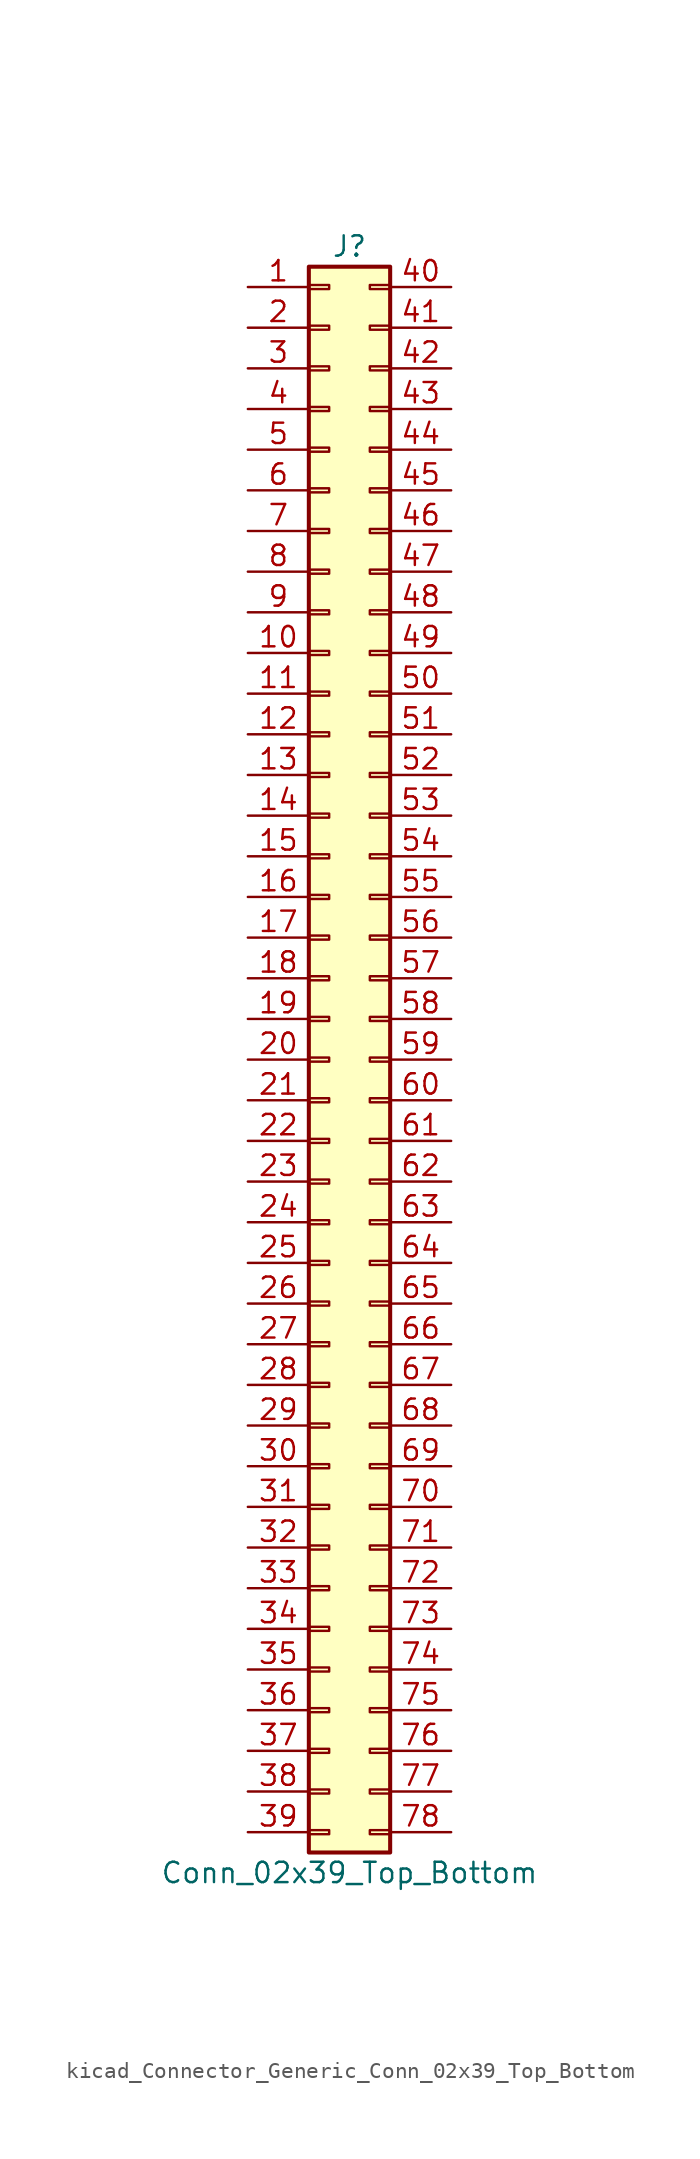
<source format=kicad_sym>
(kicad_symbol_lib
  (version 20220914)
  (generator kicad_symbol_editor)
  (symbol "kicad_Connector_Generic_Conn_02x39_Top_Bottom"
    (pin_names
      (offset 1.016) hide)
    (property "Reference" "J"
      (at 1.27 50.8 0)
      (effects (font (size 1.27 1.27))))
    (property "Value" "Conn_02x39_Top_Bottom"
      (at 1.27 -50.8 0)
      (effects (font (size 1.27 1.27))))
    (symbol "kicad_Connector_Generic_Conn_02x39_Top_Bottom_1_1"
      (rectangle (start -1.27 -48.133) (end 0 -48.387) (stroke (width 0.152) (type default)) (fill (type none)))
      (rectangle (start -1.27 -45.593) (end 0 -45.847) (stroke (width 0.152) (type default)) (fill (type none)))
      (rectangle (start -1.27 -43.053) (end 0 -43.307) (stroke (width 0.152) (type default)) (fill (type none)))
      (rectangle (start -1.27 -40.513) (end 0 -40.767) (stroke (width 0.152) (type default)) (fill (type none)))
      (rectangle (start -1.27 -37.973) (end 0 -38.227) (stroke (width 0.152) (type default)) (fill (type none)))
      (rectangle (start -1.27 -35.433) (end 0 -35.687) (stroke (width 0.152) (type default)) (fill (type none)))
      (rectangle (start -1.27 -32.893) (end 0 -33.147) (stroke (width 0.152) (type default)) (fill (type none)))
      (rectangle (start -1.27 -30.353) (end 0 -30.607) (stroke (width 0.152) (type default)) (fill (type none)))
      (rectangle (start -1.27 -27.813) (end 0 -28.067) (stroke (width 0.152) (type default)) (fill (type none)))
      (rectangle (start -1.27 -25.273) (end 0 -25.527) (stroke (width 0.152) (type default)) (fill (type none)))
      (rectangle (start -1.27 -22.733) (end 0 -22.987) (stroke (width 0.152) (type default)) (fill (type none)))
      (rectangle (start -1.27 -20.193) (end 0 -20.447) (stroke (width 0.152) (type default)) (fill (type none)))
      (rectangle (start -1.27 -17.653) (end 0 -17.907) (stroke (width 0.152) (type default)) (fill (type none)))
      (rectangle (start -1.27 -15.113) (end 0 -15.367) (stroke (width 0.152) (type default)) (fill (type none)))
      (rectangle (start -1.27 -12.573) (end 0 -12.827) (stroke (width 0.152) (type default)) (fill (type none)))
      (rectangle (start -1.27 -10.033) (end 0 -10.287) (stroke (width 0.152) (type default)) (fill (type none)))
      (rectangle (start -1.27 -7.493) (end 0 -7.747) (stroke (width 0.152) (type default)) (fill (type none)))
      (rectangle (start -1.27 -4.953) (end 0 -5.207) (stroke (width 0.152) (type default)) (fill (type none)))
      (rectangle (start -1.27 -2.413) (end 0 -2.667) (stroke (width 0.152) (type default)) (fill (type none)))
      (rectangle (start -1.27 0.127) (end 0 -0.127) (stroke (width 0.152) (type default)) (fill (type none)))
      (rectangle (start -1.27 2.667) (end 0 2.413) (stroke (width 0.152) (type default)) (fill (type none)))
      (rectangle (start -1.27 5.207) (end 0 4.953) (stroke (width 0.152) (type default)) (fill (type none)))
      (rectangle (start -1.27 7.747) (end 0 7.493) (stroke (width 0.152) (type default)) (fill (type none)))
      (rectangle (start -1.27 10.287) (end 0 10.033) (stroke (width 0.152) (type default)) (fill (type none)))
      (rectangle (start -1.27 12.827) (end 0 12.573) (stroke (width 0.152) (type default)) (fill (type none)))
      (rectangle (start -1.27 15.367) (end 0 15.113) (stroke (width 0.152) (type default)) (fill (type none)))
      (rectangle (start -1.27 17.907) (end 0 17.653) (stroke (width 0.152) (type default)) (fill (type none)))
      (rectangle (start -1.27 20.447) (end 0 20.193) (stroke (width 0.152) (type default)) (fill (type none)))
      (rectangle (start -1.27 22.987) (end 0 22.733) (stroke (width 0.152) (type default)) (fill (type none)))
      (rectangle (start -1.27 25.527) (end 0 25.273) (stroke (width 0.152) (type default)) (fill (type none)))
      (rectangle (start -1.27 28.067) (end 0 27.813) (stroke (width 0.152) (type default)) (fill (type none)))
      (rectangle (start -1.27 30.607) (end 0 30.353) (stroke (width 0.152) (type default)) (fill (type none)))
      (rectangle (start -1.27 33.147) (end 0 32.893) (stroke (width 0.152) (type default)) (fill (type none)))
      (rectangle (start -1.27 35.687) (end 0 35.433) (stroke (width 0.152) (type default)) (fill (type none)))
      (rectangle (start -1.27 38.227) (end 0 37.973) (stroke (width 0.152) (type default)) (fill (type none)))
      (rectangle (start -1.27 40.767) (end 0 40.513) (stroke (width 0.152) (type default)) (fill (type none)))
      (rectangle (start -1.27 43.307) (end 0 43.053) (stroke (width 0.152) (type default)) (fill (type none)))
      (rectangle (start -1.27 45.847) (end 0 45.593) (stroke (width 0.152) (type default)) (fill (type none)))
      (rectangle (start -1.27 48.387) (end 0 48.133) (stroke (width 0.152) (type default)) (fill (type none)))
      (rectangle (start -1.27 49.53) (end 3.81 -49.53) (stroke (width 0.254) (type default)) (fill (type background)))
      (rectangle (start 3.81 -48.133) (end 2.54 -48.387) (stroke (width 0.152) (type default)) (fill (type none)))
      (rectangle (start 3.81 -45.593) (end 2.54 -45.847) (stroke (width 0.152) (type default)) (fill (type none)))
      (rectangle (start 3.81 -43.053) (end 2.54 -43.307) (stroke (width 0.152) (type default)) (fill (type none)))
      (rectangle (start 3.81 -40.513) (end 2.54 -40.767) (stroke (width 0.152) (type default)) (fill (type none)))
      (rectangle (start 3.81 -37.973) (end 2.54 -38.227) (stroke (width 0.152) (type default)) (fill (type none)))
      (rectangle (start 3.81 -35.433) (end 2.54 -35.687) (stroke (width 0.152) (type default)) (fill (type none)))
      (rectangle (start 3.81 -32.893) (end 2.54 -33.147) (stroke (width 0.152) (type default)) (fill (type none)))
      (rectangle (start 3.81 -30.353) (end 2.54 -30.607) (stroke (width 0.152) (type default)) (fill (type none)))
      (rectangle (start 3.81 -27.813) (end 2.54 -28.067) (stroke (width 0.152) (type default)) (fill (type none)))
      (rectangle (start 3.81 -25.273) (end 2.54 -25.527) (stroke (width 0.152) (type default)) (fill (type none)))
      (rectangle (start 3.81 -22.733) (end 2.54 -22.987) (stroke (width 0.152) (type default)) (fill (type none)))
      (rectangle (start 3.81 -20.193) (end 2.54 -20.447) (stroke (width 0.152) (type default)) (fill (type none)))
      (rectangle (start 3.81 -17.653) (end 2.54 -17.907) (stroke (width 0.152) (type default)) (fill (type none)))
      (rectangle (start 3.81 -15.113) (end 2.54 -15.367) (stroke (width 0.152) (type default)) (fill (type none)))
      (rectangle (start 3.81 -12.573) (end 2.54 -12.827) (stroke (width 0.152) (type default)) (fill (type none)))
      (rectangle (start 3.81 -10.033) (end 2.54 -10.287) (stroke (width 0.152) (type default)) (fill (type none)))
      (rectangle (start 3.81 -7.493) (end 2.54 -7.747) (stroke (width 0.152) (type default)) (fill (type none)))
      (rectangle (start 3.81 -4.953) (end 2.54 -5.207) (stroke (width 0.152) (type default)) (fill (type none)))
      (rectangle (start 3.81 -2.413) (end 2.54 -2.667) (stroke (width 0.152) (type default)) (fill (type none)))
      (rectangle (start 3.81 0.127) (end 2.54 -0.127) (stroke (width 0.152) (type default)) (fill (type none)))
      (rectangle (start 3.81 2.667) (end 2.54 2.413) (stroke (width 0.152) (type default)) (fill (type none)))
      (rectangle (start 3.81 5.207) (end 2.54 4.953) (stroke (width 0.152) (type default)) (fill (type none)))
      (rectangle (start 3.81 7.747) (end 2.54 7.493) (stroke (width 0.152) (type default)) (fill (type none)))
      (rectangle (start 3.81 10.287) (end 2.54 10.033) (stroke (width 0.152) (type default)) (fill (type none)))
      (rectangle (start 3.81 12.827) (end 2.54 12.573) (stroke (width 0.152) (type default)) (fill (type none)))
      (rectangle (start 3.81 15.367) (end 2.54 15.113) (stroke (width 0.152) (type default)) (fill (type none)))
      (rectangle (start 3.81 17.907) (end 2.54 17.653) (stroke (width 0.152) (type default)) (fill (type none)))
      (rectangle (start 3.81 20.447) (end 2.54 20.193) (stroke (width 0.152) (type default)) (fill (type none)))
      (rectangle (start 3.81 22.987) (end 2.54 22.733) (stroke (width 0.152) (type default)) (fill (type none)))
      (rectangle (start 3.81 25.527) (end 2.54 25.273) (stroke (width 0.152) (type default)) (fill (type none)))
      (rectangle (start 3.81 28.067) (end 2.54 27.813) (stroke (width 0.152) (type default)) (fill (type none)))
      (rectangle (start 3.81 30.607) (end 2.54 30.353) (stroke (width 0.152) (type default)) (fill (type none)))
      (rectangle (start 3.81 33.147) (end 2.54 32.893) (stroke (width 0.152) (type default)) (fill (type none)))
      (rectangle (start 3.81 35.687) (end 2.54 35.433) (stroke (width 0.152) (type default)) (fill (type none)))
      (rectangle (start 3.81 38.227) (end 2.54 37.973) (stroke (width 0.152) (type default)) (fill (type none)))
      (rectangle (start 3.81 40.767) (end 2.54 40.513) (stroke (width 0.152) (type default)) (fill (type none)))
      (rectangle (start 3.81 43.307) (end 2.54 43.053) (stroke (width 0.152) (type default)) (fill (type none)))
      (rectangle (start 3.81 45.847) (end 2.54 45.593) (stroke (width 0.152) (type default)) (fill (type none)))
      (rectangle (start 3.81 48.387) (end 2.54 48.133) (stroke (width 0.152) (type default)) (fill (type none)))
      (pin passive line (at -5.08 48.26 0) (length 3.81) (name "Pin_1" (effects (font (size 1.27 1.27)))) (number "1" (effects (font (size 1.27 1.27)))))
      (pin passive line (at -5.08 25.4 0) (length 3.81) (name "Pin_10" (effects (font (size 1.27 1.27)))) (number "10" (effects (font (size 1.27 1.27)))))
      (pin passive line (at -5.08 22.86 0) (length 3.81) (name "Pin_11" (effects (font (size 1.27 1.27)))) (number "11" (effects (font (size 1.27 1.27)))))
      (pin passive line (at -5.08 20.32 0) (length 3.81) (name "Pin_12" (effects (font (size 1.27 1.27)))) (number "12" (effects (font (size 1.27 1.27)))))
      (pin passive line (at -5.08 17.78 0) (length 3.81) (name "Pin_13" (effects (font (size 1.27 1.27)))) (number "13" (effects (font (size 1.27 1.27)))))
      (pin passive line (at -5.08 15.24 0) (length 3.81) (name "Pin_14" (effects (font (size 1.27 1.27)))) (number "14" (effects (font (size 1.27 1.27)))))
      (pin passive line (at -5.08 12.7 0) (length 3.81) (name "Pin_15" (effects (font (size 1.27 1.27)))) (number "15" (effects (font (size 1.27 1.27)))))
      (pin passive line (at -5.08 10.16 0) (length 3.81) (name "Pin_16" (effects (font (size 1.27 1.27)))) (number "16" (effects (font (size 1.27 1.27)))))
      (pin passive line (at -5.08 7.62 0) (length 3.81) (name "Pin_17" (effects (font (size 1.27 1.27)))) (number "17" (effects (font (size 1.27 1.27)))))
      (pin passive line (at -5.08 5.08 0) (length 3.81) (name "Pin_18" (effects (font (size 1.27 1.27)))) (number "18" (effects (font (size 1.27 1.27)))))
      (pin passive line (at -5.08 2.54 0) (length 3.81) (name "Pin_19" (effects (font (size 1.27 1.27)))) (number "19" (effects (font (size 1.27 1.27)))))
      (pin passive line (at -5.08 45.72 0) (length 3.81) (name "Pin_2" (effects (font (size 1.27 1.27)))) (number "2" (effects (font (size 1.27 1.27)))))
      (pin passive line (at -5.08 0 0) (length 3.81) (name "Pin_20" (effects (font (size 1.27 1.27)))) (number "20" (effects (font (size 1.27 1.27)))))
      (pin passive line (at -5.08 -2.54 0) (length 3.81) (name "Pin_21" (effects (font (size 1.27 1.27)))) (number "21" (effects (font (size 1.27 1.27)))))
      (pin passive line (at -5.08 -5.08 0) (length 3.81) (name "Pin_22" (effects (font (size 1.27 1.27)))) (number "22" (effects (font (size 1.27 1.27)))))
      (pin passive line (at -5.08 -7.62 0) (length 3.81) (name "Pin_23" (effects (font (size 1.27 1.27)))) (number "23" (effects (font (size 1.27 1.27)))))
      (pin passive line (at -5.08 -10.16 0) (length 3.81) (name "Pin_24" (effects (font (size 1.27 1.27)))) (number "24" (effects (font (size 1.27 1.27)))))
      (pin passive line (at -5.08 -12.7 0) (length 3.81) (name "Pin_25" (effects (font (size 1.27 1.27)))) (number "25" (effects (font (size 1.27 1.27)))))
      (pin passive line (at -5.08 -15.24 0) (length 3.81) (name "Pin_26" (effects (font (size 1.27 1.27)))) (number "26" (effects (font (size 1.27 1.27)))))
      (pin passive line (at -5.08 -17.78 0) (length 3.81) (name "Pin_27" (effects (font (size 1.27 1.27)))) (number "27" (effects (font (size 1.27 1.27)))))
      (pin passive line (at -5.08 -20.32 0) (length 3.81) (name "Pin_28" (effects (font (size 1.27 1.27)))) (number "28" (effects (font (size 1.27 1.27)))))
      (pin passive line (at -5.08 -22.86 0) (length 3.81) (name "Pin_29" (effects (font (size 1.27 1.27)))) (number "29" (effects (font (size 1.27 1.27)))))
      (pin passive line (at -5.08 43.18 0) (length 3.81) (name "Pin_3" (effects (font (size 1.27 1.27)))) (number "3" (effects (font (size 1.27 1.27)))))
      (pin passive line (at -5.08 -25.4 0) (length 3.81) (name "Pin_30" (effects (font (size 1.27 1.27)))) (number "30" (effects (font (size 1.27 1.27)))))
      (pin passive line (at -5.08 -27.94 0) (length 3.81) (name "Pin_31" (effects (font (size 1.27 1.27)))) (number "31" (effects (font (size 1.27 1.27)))))
      (pin passive line (at -5.08 -30.48 0) (length 3.81) (name "Pin_32" (effects (font (size 1.27 1.27)))) (number "32" (effects (font (size 1.27 1.27)))))
      (pin passive line (at -5.08 -33.02 0) (length 3.81) (name "Pin_33" (effects (font (size 1.27 1.27)))) (number "33" (effects (font (size 1.27 1.27)))))
      (pin passive line (at -5.08 -35.56 0) (length 3.81) (name "Pin_34" (effects (font (size 1.27 1.27)))) (number "34" (effects (font (size 1.27 1.27)))))
      (pin passive line (at -5.08 -38.1 0) (length 3.81) (name "Pin_35" (effects (font (size 1.27 1.27)))) (number "35" (effects (font (size 1.27 1.27)))))
      (pin passive line (at -5.08 -40.64 0) (length 3.81) (name "Pin_36" (effects (font (size 1.27 1.27)))) (number "36" (effects (font (size 1.27 1.27)))))
      (pin passive line (at -5.08 -43.18 0) (length 3.81) (name "Pin_37" (effects (font (size 1.27 1.27)))) (number "37" (effects (font (size 1.27 1.27)))))
      (pin passive line (at -5.08 -45.72 0) (length 3.81) (name "Pin_38" (effects (font (size 1.27 1.27)))) (number "38" (effects (font (size 1.27 1.27)))))
      (pin passive line (at -5.08 -48.26 0) (length 3.81) (name "Pin_39" (effects (font (size 1.27 1.27)))) (number "39" (effects (font (size 1.27 1.27)))))
      (pin passive line (at -5.08 40.64 0) (length 3.81) (name "Pin_4" (effects (font (size 1.27 1.27)))) (number "4" (effects (font (size 1.27 1.27)))))
      (pin passive line (at 7.62 48.26 180) (length 3.81) (name "Pin_40" (effects (font (size 1.27 1.27)))) (number "40" (effects (font (size 1.27 1.27)))))
      (pin passive line (at 7.62 45.72 180) (length 3.81) (name "Pin_41" (effects (font (size 1.27 1.27)))) (number "41" (effects (font (size 1.27 1.27)))))
      (pin passive line (at 7.62 43.18 180) (length 3.81) (name "Pin_42" (effects (font (size 1.27 1.27)))) (number "42" (effects (font (size 1.27 1.27)))))
      (pin passive line (at 7.62 40.64 180) (length 3.81) (name "Pin_43" (effects (font (size 1.27 1.27)))) (number "43" (effects (font (size 1.27 1.27)))))
      (pin passive line (at 7.62 38.1 180) (length 3.81) (name "Pin_44" (effects (font (size 1.27 1.27)))) (number "44" (effects (font (size 1.27 1.27)))))
      (pin passive line (at 7.62 35.56 180) (length 3.81) (name "Pin_45" (effects (font (size 1.27 1.27)))) (number "45" (effects (font (size 1.27 1.27)))))
      (pin passive line (at 7.62 33.02 180) (length 3.81) (name "Pin_46" (effects (font (size 1.27 1.27)))) (number "46" (effects (font (size 1.27 1.27)))))
      (pin passive line (at 7.62 30.48 180) (length 3.81) (name "Pin_47" (effects (font (size 1.27 1.27)))) (number "47" (effects (font (size 1.27 1.27)))))
      (pin passive line (at 7.62 27.94 180) (length 3.81) (name "Pin_48" (effects (font (size 1.27 1.27)))) (number "48" (effects (font (size 1.27 1.27)))))
      (pin passive line (at 7.62 25.4 180) (length 3.81) (name "Pin_49" (effects (font (size 1.27 1.27)))) (number "49" (effects (font (size 1.27 1.27)))))
      (pin passive line (at -5.08 38.1 0) (length 3.81) (name "Pin_5" (effects (font (size 1.27 1.27)))) (number "5" (effects (font (size 1.27 1.27)))))
      (pin passive line (at 7.62 22.86 180) (length 3.81) (name "Pin_50" (effects (font (size 1.27 1.27)))) (number "50" (effects (font (size 1.27 1.27)))))
      (pin passive line (at 7.62 20.32 180) (length 3.81) (name "Pin_51" (effects (font (size 1.27 1.27)))) (number "51" (effects (font (size 1.27 1.27)))))
      (pin passive line (at 7.62 17.78 180) (length 3.81) (name "Pin_52" (effects (font (size 1.27 1.27)))) (number "52" (effects (font (size 1.27 1.27)))))
      (pin passive line (at 7.62 15.24 180) (length 3.81) (name "Pin_53" (effects (font (size 1.27 1.27)))) (number "53" (effects (font (size 1.27 1.27)))))
      (pin passive line (at 7.62 12.7 180) (length 3.81) (name "Pin_54" (effects (font (size 1.27 1.27)))) (number "54" (effects (font (size 1.27 1.27)))))
      (pin passive line (at 7.62 10.16 180) (length 3.81) (name "Pin_55" (effects (font (size 1.27 1.27)))) (number "55" (effects (font (size 1.27 1.27)))))
      (pin passive line (at 7.62 7.62 180) (length 3.81) (name "Pin_56" (effects (font (size 1.27 1.27)))) (number "56" (effects (font (size 1.27 1.27)))))
      (pin passive line (at 7.62 5.08 180) (length 3.81) (name "Pin_57" (effects (font (size 1.27 1.27)))) (number "57" (effects (font (size 1.27 1.27)))))
      (pin passive line (at 7.62 2.54 180) (length 3.81) (name "Pin_58" (effects (font (size 1.27 1.27)))) (number "58" (effects (font (size 1.27 1.27)))))
      (pin passive line (at 7.62 0 180) (length 3.81) (name "Pin_59" (effects (font (size 1.27 1.27)))) (number "59" (effects (font (size 1.27 1.27)))))
      (pin passive line (at -5.08 35.56 0) (length 3.81) (name "Pin_6" (effects (font (size 1.27 1.27)))) (number "6" (effects (font (size 1.27 1.27)))))
      (pin passive line (at 7.62 -2.54 180) (length 3.81) (name "Pin_60" (effects (font (size 1.27 1.27)))) (number "60" (effects (font (size 1.27 1.27)))))
      (pin passive line (at 7.62 -5.08 180) (length 3.81) (name "Pin_61" (effects (font (size 1.27 1.27)))) (number "61" (effects (font (size 1.27 1.27)))))
      (pin passive line (at 7.62 -7.62 180) (length 3.81) (name "Pin_62" (effects (font (size 1.27 1.27)))) (number "62" (effects (font (size 1.27 1.27)))))
      (pin passive line (at 7.62 -10.16 180) (length 3.81) (name "Pin_63" (effects (font (size 1.27 1.27)))) (number "63" (effects (font (size 1.27 1.27)))))
      (pin passive line (at 7.62 -12.7 180) (length 3.81) (name "Pin_64" (effects (font (size 1.27 1.27)))) (number "64" (effects (font (size 1.27 1.27)))))
      (pin passive line (at 7.62 -15.24 180) (length 3.81) (name "Pin_65" (effects (font (size 1.27 1.27)))) (number "65" (effects (font (size 1.27 1.27)))))
      (pin passive line (at 7.62 -17.78 180) (length 3.81) (name "Pin_66" (effects (font (size 1.27 1.27)))) (number "66" (effects (font (size 1.27 1.27)))))
      (pin passive line (at 7.62 -20.32 180) (length 3.81) (name "Pin_67" (effects (font (size 1.27 1.27)))) (number "67" (effects (font (size 1.27 1.27)))))
      (pin passive line (at 7.62 -22.86 180) (length 3.81) (name "Pin_68" (effects (font (size 1.27 1.27)))) (number "68" (effects (font (size 1.27 1.27)))))
      (pin passive line (at 7.62 -25.4 180) (length 3.81) (name "Pin_69" (effects (font (size 1.27 1.27)))) (number "69" (effects (font (size 1.27 1.27)))))
      (pin passive line (at -5.08 33.02 0) (length 3.81) (name "Pin_7" (effects (font (size 1.27 1.27)))) (number "7" (effects (font (size 1.27 1.27)))))
      (pin passive line (at 7.62 -27.94 180) (length 3.81) (name "Pin_70" (effects (font (size 1.27 1.27)))) (number "70" (effects (font (size 1.27 1.27)))))
      (pin passive line (at 7.62 -30.48 180) (length 3.81) (name "Pin_71" (effects (font (size 1.27 1.27)))) (number "71" (effects (font (size 1.27 1.27)))))
      (pin passive line (at 7.62 -33.02 180) (length 3.81) (name "Pin_72" (effects (font (size 1.27 1.27)))) (number "72" (effects (font (size 1.27 1.27)))))
      (pin passive line (at 7.62 -35.56 180) (length 3.81) (name "Pin_73" (effects (font (size 1.27 1.27)))) (number "73" (effects (font (size 1.27 1.27)))))
      (pin passive line (at 7.62 -38.1 180) (length 3.81) (name "Pin_74" (effects (font (size 1.27 1.27)))) (number "74" (effects (font (size 1.27 1.27)))))
      (pin passive line (at 7.62 -40.64 180) (length 3.81) (name "Pin_75" (effects (font (size 1.27 1.27)))) (number "75" (effects (font (size 1.27 1.27)))))
      (pin passive line (at 7.62 -43.18 180) (length 3.81) (name "Pin_76" (effects (font (size 1.27 1.27)))) (number "76" (effects (font (size 1.27 1.27)))))
      (pin passive line (at 7.62 -45.72 180) (length 3.81) (name "Pin_77" (effects (font (size 1.27 1.27)))) (number "77" (effects (font (size 1.27 1.27)))))
      (pin passive line (at 7.62 -48.26 180) (length 3.81) (name "Pin_78" (effects (font (size 1.27 1.27)))) (number "78" (effects (font (size 1.27 1.27)))))
      (pin passive line (at -5.08 30.48 0) (length 3.81) (name "Pin_8" (effects (font (size 1.27 1.27)))) (number "8" (effects (font (size 1.27 1.27)))))
      (pin passive line (at -5.08 27.94 0) (length 3.81) (name "Pin_9" (effects (font (size 1.27 1.27)))) (number "9" (effects (font (size 1.27 1.27))))))))
</source>
